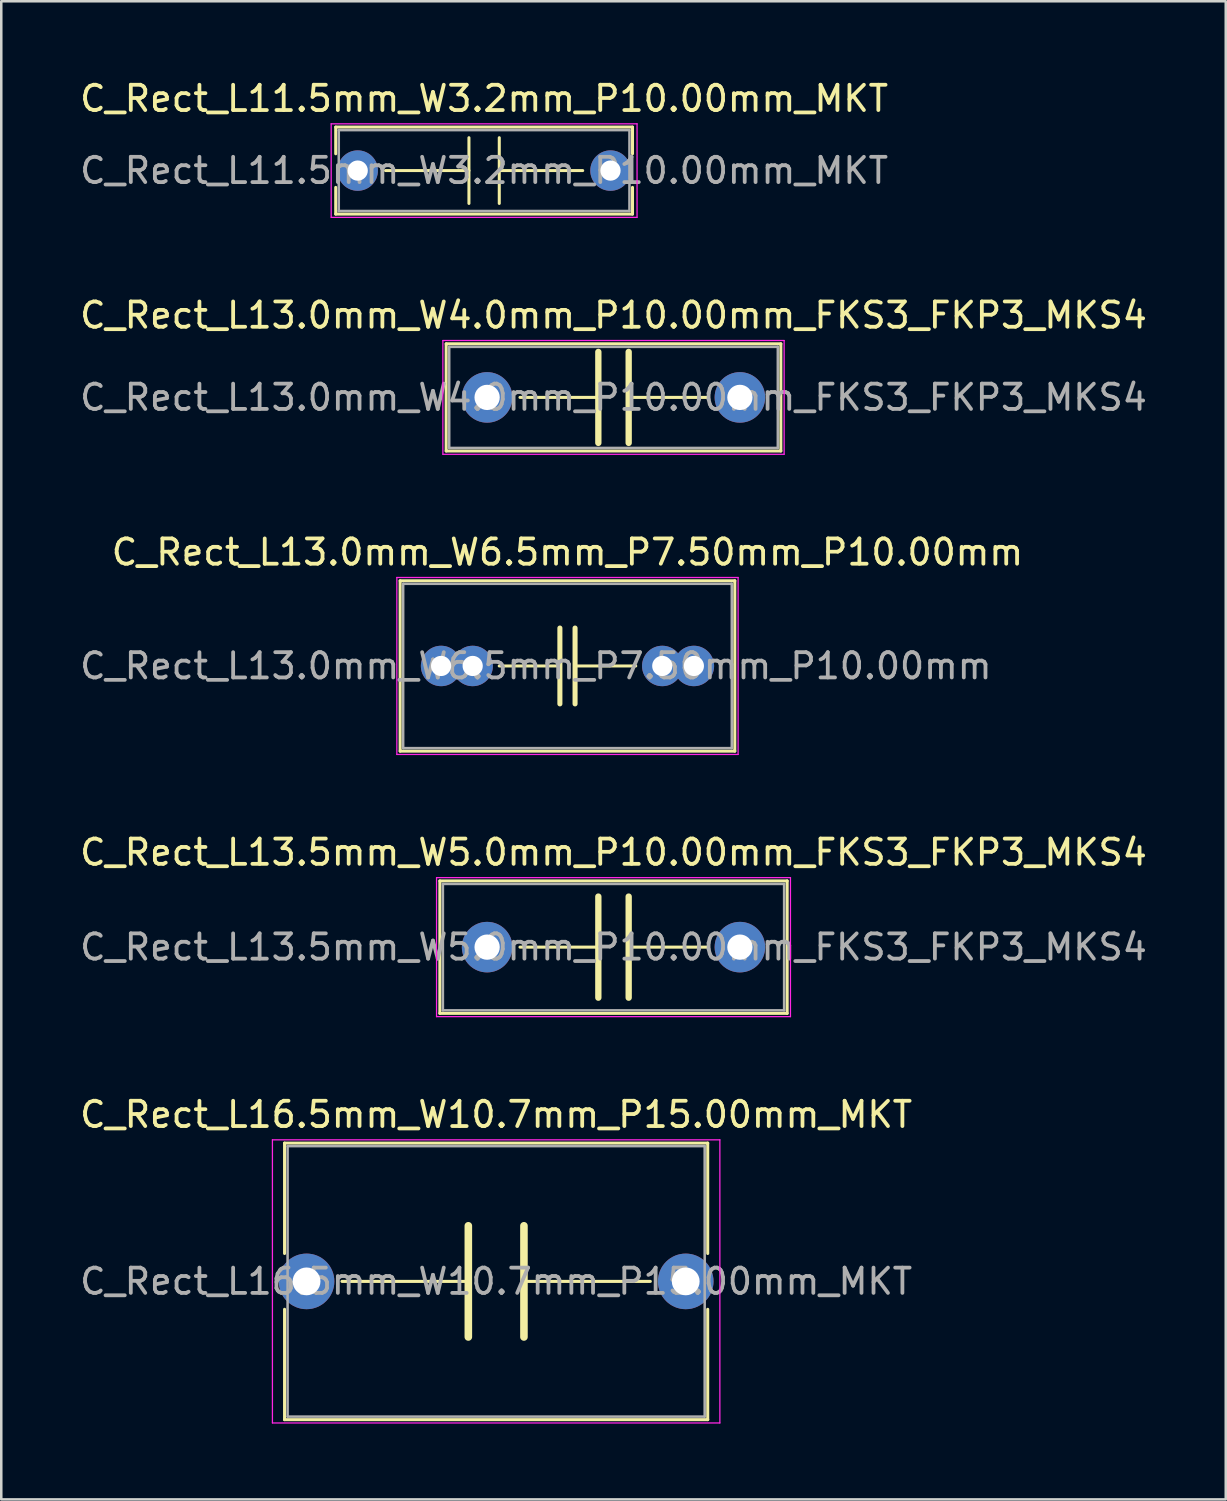
<source format=kicad_pcb>
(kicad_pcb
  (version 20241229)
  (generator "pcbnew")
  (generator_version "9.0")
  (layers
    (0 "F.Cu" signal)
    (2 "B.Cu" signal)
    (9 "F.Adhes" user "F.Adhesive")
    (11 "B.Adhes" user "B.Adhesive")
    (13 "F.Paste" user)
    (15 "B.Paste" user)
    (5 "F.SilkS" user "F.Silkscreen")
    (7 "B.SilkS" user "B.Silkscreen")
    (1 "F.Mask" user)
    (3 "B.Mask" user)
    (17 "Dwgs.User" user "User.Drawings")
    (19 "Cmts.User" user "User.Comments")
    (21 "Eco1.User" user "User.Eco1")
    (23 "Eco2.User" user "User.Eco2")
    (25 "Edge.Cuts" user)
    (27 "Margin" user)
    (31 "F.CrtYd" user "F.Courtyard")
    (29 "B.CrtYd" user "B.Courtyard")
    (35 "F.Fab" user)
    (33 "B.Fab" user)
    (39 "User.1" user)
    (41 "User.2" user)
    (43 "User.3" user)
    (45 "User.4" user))
  (footprint "C_Rect_L13.5mm_W5.0mm_P10.00mm_FKS3_FKP3_MKS4"
    (layer "F.Cu")
    (at 16.22 34.418)
    (property "Reference" "C_Rect_L13.5mm_W5.0mm_P10.00mm_FKS3_FKP3_MKS4" (at 5 -3.75 0) (layer "F.SilkS") (effects (font (size 1 1) (thickness 0.15))))
    (attr through_hole)
    (fp_line (start -1.87 -2.62) (end -1.87 2.62) (stroke (width 0.12) (type solid)) (layer "F.SilkS"))
    (fp_line (start -1.87 -2.62) (end 11.87 -2.62) (stroke (width 0.12) (type solid)) (layer "F.SilkS"))
    (fp_line (start -1.87 2.62) (end 11.87 2.62) (stroke (width 0.12) (type solid)) (layer "F.SilkS"))
    (fp_line (start 1.3 0) (end 4.4 0) (stroke (width 0.12) (type solid)) (layer "F.SilkS"))
    (fp_line (start 4.4 2) (end 4.4 -2) (stroke (width 0.25) (type solid)) (layer "F.SilkS"))
    (fp_line (start 5.6 2) (end 5.6 -2) (stroke (width 0.25) (type solid)) (layer "F.SilkS"))
    (fp_line (start 8.7 0) (end 5.6 0) (stroke (width 0.12) (type solid)) (layer "F.SilkS"))
    (fp_line (start 11.87 -2.62) (end 11.87 2.62) (stroke (width 0.12) (type solid)) (layer "F.SilkS"))
    (fp_line (start -2 -2.75) (end -2 2.75) (stroke (width 0.05) (type solid)) (layer "F.CrtYd"))
    (fp_line (start -2 2.75) (end 12 2.75) (stroke (width 0.05) (type solid)) (layer "F.CrtYd"))
    (fp_line (start 12 -2.75) (end -2 -2.75) (stroke (width 0.05) (type solid)) (layer "F.CrtYd"))
    (fp_line (start 12 2.75) (end 12 -2.75) (stroke (width 0.05) (type solid)) (layer "F.CrtYd"))
    (fp_line (start -1.75 -2.5) (end -1.75 2.5) (stroke (width 0.1) (type solid)) (layer "F.Fab"))
    (fp_line (start -1.75 2.5) (end 11.75 2.5) (stroke (width 0.1) (type solid)) (layer "F.Fab"))
    (fp_line (start 11.75 -2.5) (end -1.75 -2.5) (stroke (width 0.1) (type solid)) (layer "F.Fab"))
    (fp_line (start 11.75 2.5) (end 11.75 -2.5) (stroke (width 0.1) (type solid)) (layer "F.Fab"))
    (fp_text user "${REFERENCE}" (at 5 0 0) (layer "F.Fab") (effects (font (size 1 1) (thickness 0.15))))
    (pad "1" thru_hole circle (at 0 0) (size 2 2) (drill 1) (layers "*.Cu" "*.Mask"))
    (pad "2" thru_hole circle (at 10 0) (size 2 2) (drill 1) (layers "*.Cu" "*.Mask")))
  (footprint "C_Rect_L11.5mm_W3.2mm_P10.00mm_MKT"
    (layer "F.Cu")
    (at 11.101 3.698)
    (property "Reference" "C_Rect_L11.5mm_W3.2mm_P10.00mm_MKT" (at 5 -2.85 0) (layer "F.SilkS") (effects (font (size 1 1) (thickness 0.15))))
    (attr through_hole)
    (fp_line (start -0.87 -1.721) (end -0.87 -0.665) (stroke (width 0.12) (type solid)) (layer "F.SilkS"))
    (fp_line (start -0.87 -1.721) (end 10.87 -1.721) (stroke (width 0.12) (type solid)) (layer "F.SilkS"))
    (fp_line (start -0.87 0.665) (end -0.87 1.721) (stroke (width 0.12) (type solid)) (layer "F.SilkS"))
    (fp_line (start -0.87 1.721) (end 10.87 1.721) (stroke (width 0.12) (type solid)) (layer "F.SilkS"))
    (fp_line (start 1.1 0) (end 4.4 0) (stroke (width 0.12) (type solid)) (layer "F.SilkS"))
    (fp_line (start 4.4 1.3) (end 4.4 -1.3) (stroke (width 0.12) (type solid)) (layer "F.SilkS"))
    (fp_line (start 5.6 1.3) (end 5.6 -1.3) (stroke (width 0.12) (type solid)) (layer "F.SilkS"))
    (fp_line (start 8.9 0) (end 5.6 0) (stroke (width 0.12) (type solid)) (layer "F.SilkS"))
    (fp_line (start 10.87 -1.721) (end 10.87 -0.665) (stroke (width 0.12) (type solid)) (layer "F.SilkS"))
    (fp_line (start 10.87 0.665) (end 10.87 1.721) (stroke (width 0.12) (type solid)) (layer "F.SilkS"))
    (fp_line (start -1.05 -1.85) (end -1.05 1.85) (stroke (width 0.05) (type solid)) (layer "F.CrtYd"))
    (fp_line (start -1.05 1.85) (end 11.05 1.85) (stroke (width 0.05) (type solid)) (layer "F.CrtYd"))
    (fp_line (start 11.05 -1.85) (end -1.05 -1.85) (stroke (width 0.05) (type solid)) (layer "F.CrtYd"))
    (fp_line (start 11.05 1.85) (end 11.05 -1.85) (stroke (width 0.05) (type solid)) (layer "F.CrtYd"))
    (fp_line (start -0.75 -1.6) (end -0.75 1.6) (stroke (width 0.1) (type solid)) (layer "F.Fab"))
    (fp_line (start -0.75 1.6) (end 10.75 1.6) (stroke (width 0.1) (type solid)) (layer "F.Fab"))
    (fp_line (start 10.75 -1.6) (end -0.75 -1.6) (stroke (width 0.1) (type solid)) (layer "F.Fab"))
    (fp_line (start 10.75 1.6) (end 10.75 -1.6) (stroke (width 0.1) (type solid)) (layer "F.Fab"))
    (fp_text user "${REFERENCE}" (at 5 0 0) (layer "F.Fab") (effects (font (size 1 1) (thickness 0.15))))
    (pad "1" thru_hole circle (at 0 0) (size 1.6 1.6) (drill 0.8) (layers "*.Cu" "*.Mask"))
    (pad "2" thru_hole circle (at 10 0) (size 1.6 1.6) (drill 0.8) (layers "*.Cu" "*.Mask")))
  (footprint "C_Rect_L13.0mm_W4.0mm_P10.00mm_FKS3_FKP3_MKS4"
    (layer "F.Cu")
    (at 16.22 12.671)
    (property "Reference" "C_Rect_L13.0mm_W4.0mm_P10.00mm_FKS3_FKP3_MKS4" (at 5 -3.25 0) (layer "F.SilkS") (effects (font (size 1 1) (thickness 0.15))))
    (attr through_hole)
    (fp_line (start -1.62 -2.12) (end -1.62 2.12) (stroke (width 0.12) (type solid)) (layer "F.SilkS"))
    (fp_line (start -1.62 -2.12) (end 11.62 -2.12) (stroke (width 0.12) (type solid)) (layer "F.SilkS"))
    (fp_line (start -1.62 2.12) (end 11.62 2.12) (stroke (width 0.12) (type solid)) (layer "F.SilkS"))
    (fp_line (start 1.3 0) (end 4.4 0) (stroke (width 0.12) (type solid)) (layer "F.SilkS"))
    (fp_line (start 4.4 1.8) (end 4.4 -1.8) (stroke (width 0.25) (type solid)) (layer "F.SilkS"))
    (fp_line (start 5.6 1.8) (end 5.6 -1.8) (stroke (width 0.25) (type solid)) (layer "F.SilkS"))
    (fp_line (start 8.7 0) (end 5.6 0) (stroke (width 0.12) (type solid)) (layer "F.SilkS"))
    (fp_line (start 11.62 -2.12) (end 11.62 2.12) (stroke (width 0.12) (type solid)) (layer "F.SilkS"))
    (fp_line (start -1.75 -2.25) (end -1.75 2.25) (stroke (width 0.05) (type solid)) (layer "F.CrtYd"))
    (fp_line (start -1.75 2.25) (end 11.75 2.25) (stroke (width 0.05) (type solid)) (layer "F.CrtYd"))
    (fp_line (start 11.75 -2.25) (end -1.75 -2.25) (stroke (width 0.05) (type solid)) (layer "F.CrtYd"))
    (fp_line (start 11.75 2.25) (end 11.75 -2.25) (stroke (width 0.05) (type solid)) (layer "F.CrtYd"))
    (fp_line (start -1.5 -2) (end -1.5 2) (stroke (width 0.1) (type solid)) (layer "F.Fab"))
    (fp_line (start -1.5 2) (end 11.5 2) (stroke (width 0.1) (type solid)) (layer "F.Fab"))
    (fp_line (start 11.5 -2) (end -1.5 -2) (stroke (width 0.1) (type solid)) (layer "F.Fab"))
    (fp_line (start 11.5 2) (end 11.5 -2) (stroke (width 0.1) (type solid)) (layer "F.Fab"))
    (fp_text user "${REFERENCE}" (at 5 0 0) (layer "F.Fab") (effects (font (size 1 1) (thickness 0.15))))
    (pad "1" thru_hole circle (at 0 0) (size 2 2) (drill 1) (layers "*.Cu" "*.Mask"))
    (pad "2" thru_hole circle (at 10 0) (size 2 2) (drill 1) (layers "*.Cu" "*.Mask")))
  (footprint "C_Rect_L13.0mm_W6.5mm_P7.50mm_P10.00mm"
    (layer "F.Cu")
    (at 14.399 23.295)
    (property "Reference" "C_Rect_L13.0mm_W6.5mm_P7.50mm_P10.00mm" (at 5 -4.5 0) (layer "F.SilkS") (effects (font (size 1 1) (thickness 0.15))))
    (attr through_hole)
    (fp_line (start -1.62 -3.37) (end -1.62 3.37) (stroke (width 0.12) (type solid)) (layer "F.SilkS"))
    (fp_line (start -1.62 -3.37) (end 11.62 -3.37) (stroke (width 0.12) (type solid)) (layer "F.SilkS"))
    (fp_line (start -1.62 3.37) (end 11.62 3.37) (stroke (width 0.12) (type solid)) (layer "F.SilkS"))
    (fp_line (start 2.3 0) (end 4.7 0) (stroke (width 0.12) (type solid)) (layer "F.SilkS"))
    (fp_line (start 4.7 -1.5) (end 4.7 1.5) (stroke (width 0.2) (type solid)) (layer "F.SilkS"))
    (fp_line (start 5.3 -1.5) (end 5.3 1.5) (stroke (width 0.2) (type solid)) (layer "F.SilkS"))
    (fp_line (start 5.3 0) (end 7.7 0) (stroke (width 0.12) (type solid)) (layer "F.SilkS"))
    (fp_line (start 11.62 -3.37) (end 11.62 3.37) (stroke (width 0.12) (type solid)) (layer "F.SilkS"))
    (fp_line (start -1.75 -3.5) (end -1.75 3.5) (stroke (width 0.05) (type solid)) (layer "F.CrtYd"))
    (fp_line (start -1.75 3.5) (end 11.75 3.5) (stroke (width 0.05) (type solid)) (layer "F.CrtYd"))
    (fp_line (start 11.75 -3.5) (end -1.75 -3.5) (stroke (width 0.05) (type solid)) (layer "F.CrtYd"))
    (fp_line (start 11.75 3.5) (end 11.75 -3.5) (stroke (width 0.05) (type solid)) (layer "F.CrtYd"))
    (fp_line (start -1.5 -3.25) (end -1.5 3.25) (stroke (width 0.1) (type solid)) (layer "F.Fab"))
    (fp_line (start -1.5 3.25) (end 11.5 3.25) (stroke (width 0.1) (type solid)) (layer "F.Fab"))
    (fp_line (start 11.5 -3.25) (end -1.5 -3.25) (stroke (width 0.1) (type solid)) (layer "F.Fab"))
    (fp_line (start 11.5 3.25) (end 11.5 -3.25) (stroke (width 0.1) (type solid)) (layer "F.Fab"))
    (fp_text user "${REFERENCE}" (at 3.75 0 0) (layer "F.Fab") (effects (font (size 1 1) (thickness 0.15))))
    (pad "1" thru_hole circle (at 0 0) (size 1.6 1.6) (drill 0.8) (layers "*.Cu" "*.Mask"))
    (pad "1" thru_hole circle (at 1.25 0) (size 1.6 1.6) (drill 0.8) (layers "*.Cu" "*.Mask"))
    (pad "2" thru_hole circle (at 8.75 0) (size 1.6 1.6) (drill 0.8) (layers "*.Cu" "*.Mask"))
    (pad "2" thru_hole circle (at 10 0) (size 1.6 1.6) (drill 0.8) (layers "*.Cu" "*.Mask")))
  (footprint "C_Rect_L16.5mm_W10.7mm_P15.00mm_MKT"
    (layer "F.Cu")
    (at 9.077 47.641)
    (property "Reference" "C_Rect_L16.5mm_W10.7mm_P15.00mm_MKT" (at 7.5 -6.6 0) (layer "F.SilkS") (effects (font (size 1 1) (thickness 0.15))))
    (attr through_hole)
    (fp_line (start -0.87 -5.47) (end -0.87 -1.104) (stroke (width 0.12) (type solid)) (layer "F.SilkS"))
    (fp_line (start -0.87 -5.47) (end 15.87 -5.47) (stroke (width 0.12) (type solid)) (layer "F.SilkS"))
    (fp_line (start -0.87 1.104) (end -0.87 5.47) (stroke (width 0.12) (type solid)) (layer "F.SilkS"))
    (fp_line (start -0.87 5.47) (end 15.87 5.47) (stroke (width 0.12) (type solid)) (layer "F.SilkS"))
    (fp_line (start 1.4 0) (end 6.4 0) (stroke (width 0.12) (type solid)) (layer "F.SilkS"))
    (fp_line (start 6.4 -2.2) (end 6.4 2.2) (stroke (width 0.3) (type solid)) (layer "F.SilkS"))
    (fp_line (start 8.6 -2.2) (end 8.6 2.2) (stroke (width 0.3) (type solid)) (layer "F.SilkS"))
    (fp_line (start 8.6 0) (end 13.6 0) (stroke (width 0.12) (type solid)) (layer "F.SilkS"))
    (fp_line (start 15.87 -5.47) (end 15.87 -1.104) (stroke (width 0.12) (type solid)) (layer "F.SilkS"))
    (fp_line (start 15.87 1.104) (end 15.87 5.47) (stroke (width 0.12) (type solid)) (layer "F.SilkS"))
    (fp_line (start -1.35 -5.6) (end -1.35 5.6) (stroke (width 0.05) (type solid)) (layer "F.CrtYd"))
    (fp_line (start -1.35 5.6) (end 16.35 5.6) (stroke (width 0.05) (type solid)) (layer "F.CrtYd"))
    (fp_line (start 16.35 -5.6) (end -1.35 -5.6) (stroke (width 0.05) (type solid)) (layer "F.CrtYd"))
    (fp_line (start 16.35 5.6) (end 16.35 -5.6) (stroke (width 0.05) (type solid)) (layer "F.CrtYd"))
    (fp_line (start -0.75 -5.35) (end -0.75 5.35) (stroke (width 0.1) (type solid)) (layer "F.Fab"))
    (fp_line (start -0.75 5.35) (end 15.75 5.35) (stroke (width 0.1) (type solid)) (layer "F.Fab"))
    (fp_line (start 15.75 -5.35) (end -0.75 -5.35) (stroke (width 0.1) (type solid)) (layer "F.Fab"))
    (fp_line (start 15.75 5.35) (end 15.75 -5.35) (stroke (width 0.1) (type solid)) (layer "F.Fab"))
    (fp_text user "${REFERENCE}" (at 7.5 0 0) (layer "F.Fab") (effects (font (size 1 1) (thickness 0.15))))
    (pad "1" thru_hole circle (at 0 0) (size 2.2 2.2) (drill 1.1) (layers "*.Cu" "*.Mask"))
    (pad "2" thru_hole circle (at 15 0) (size 2.2 2.2) (drill 1.1) (layers "*.Cu" "*.Mask")))
  (gr_rect
    (start -3 -3)
    (end 45.44 56.266)
    (stroke (width 0.1) (type default))
    (fill no)
    (layer "Edge.Cuts")))
</source>
